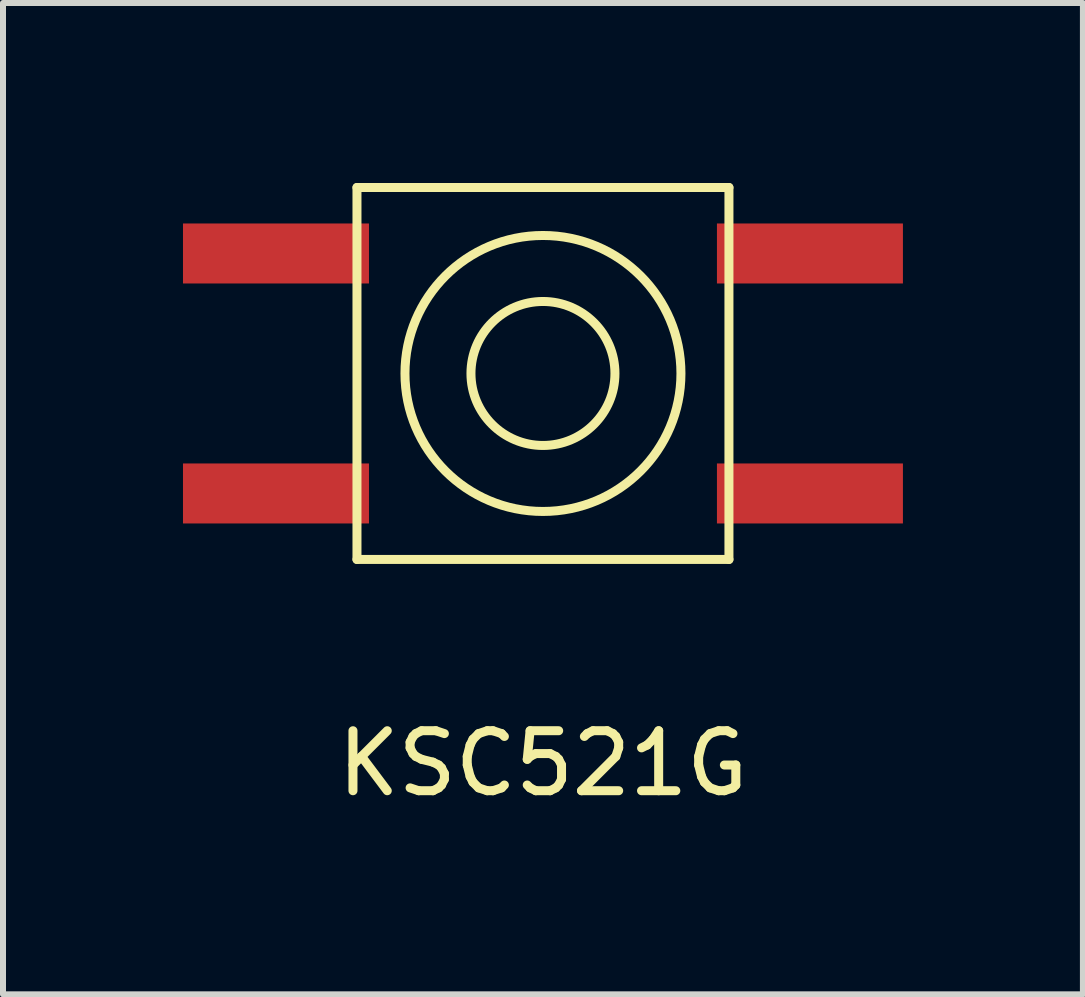
<source format=kicad_pcb>
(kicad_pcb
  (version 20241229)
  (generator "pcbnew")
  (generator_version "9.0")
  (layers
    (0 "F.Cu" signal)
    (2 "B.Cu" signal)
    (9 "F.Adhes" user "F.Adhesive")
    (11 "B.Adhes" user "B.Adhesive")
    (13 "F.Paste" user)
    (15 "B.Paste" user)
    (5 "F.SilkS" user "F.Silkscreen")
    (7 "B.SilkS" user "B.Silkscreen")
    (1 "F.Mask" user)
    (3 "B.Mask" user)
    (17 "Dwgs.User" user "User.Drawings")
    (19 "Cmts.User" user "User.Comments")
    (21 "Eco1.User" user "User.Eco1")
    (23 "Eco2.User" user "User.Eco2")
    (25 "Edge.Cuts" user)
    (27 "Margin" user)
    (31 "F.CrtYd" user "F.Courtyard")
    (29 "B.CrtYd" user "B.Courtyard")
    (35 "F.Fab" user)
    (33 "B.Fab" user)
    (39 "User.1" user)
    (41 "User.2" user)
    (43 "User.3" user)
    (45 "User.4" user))
  (footprint "KSC521G"
    (layer "F.Cu")
    (at 6 3.175)
    (property "Reference" "KSC521G" (at 0 6.5 0) (layer "F.SilkS") (effects (font (size 1 1) (thickness 0.15))))
    (attr through_hole)
    (fp_line (start -3.1 -3.1) (end -3.1 3.1) (stroke (width 0.15) (type solid)) (layer "F.SilkS"))
    (fp_line (start -3.1 3.1) (end 3.1 3.1) (stroke (width 0.15) (type solid)) (layer "F.SilkS"))
    (fp_line (start 3.1 -3.1) (end -3.1 -3.1) (stroke (width 0.15) (type solid)) (layer "F.SilkS"))
    (fp_line (start 3.1 3.1) (end 3.1 -3.1) (stroke (width 0.15) (type solid)) (layer "F.SilkS"))
    (fp_circle (center 0 0) (end 0 -2.3) (stroke (width 0.15) (type solid)) (fill no) (layer "F.SilkS"))
    (fp_circle (center 0 0) (end 0 -1.2) (stroke (width 0.15) (type solid)) (fill no) (layer "F.SilkS"))
    (pad "1" smd rect (at -4.45 2) (size 3.1 1) (layers "F.Cu" "F.Mask" "F.Paste"))
    (pad "1" smd rect (at 4.45 2) (size 3.1 1) (layers "F.Cu" "F.Mask" "F.Paste"))
    (pad "2" smd rect (at -4.45 -2) (size 3.1 1) (layers "F.Cu" "F.Mask" "F.Paste"))
    (pad "2" smd rect (at 4.45 -2) (size 3.1 1) (layers "F.Cu" "F.Mask" "F.Paste")))
  (gr_rect
    (start -3 -3)
    (end 15 13.523)
    (stroke (width 0.1) (type default))
    (fill no)
    (layer "Edge.Cuts")))
</source>
